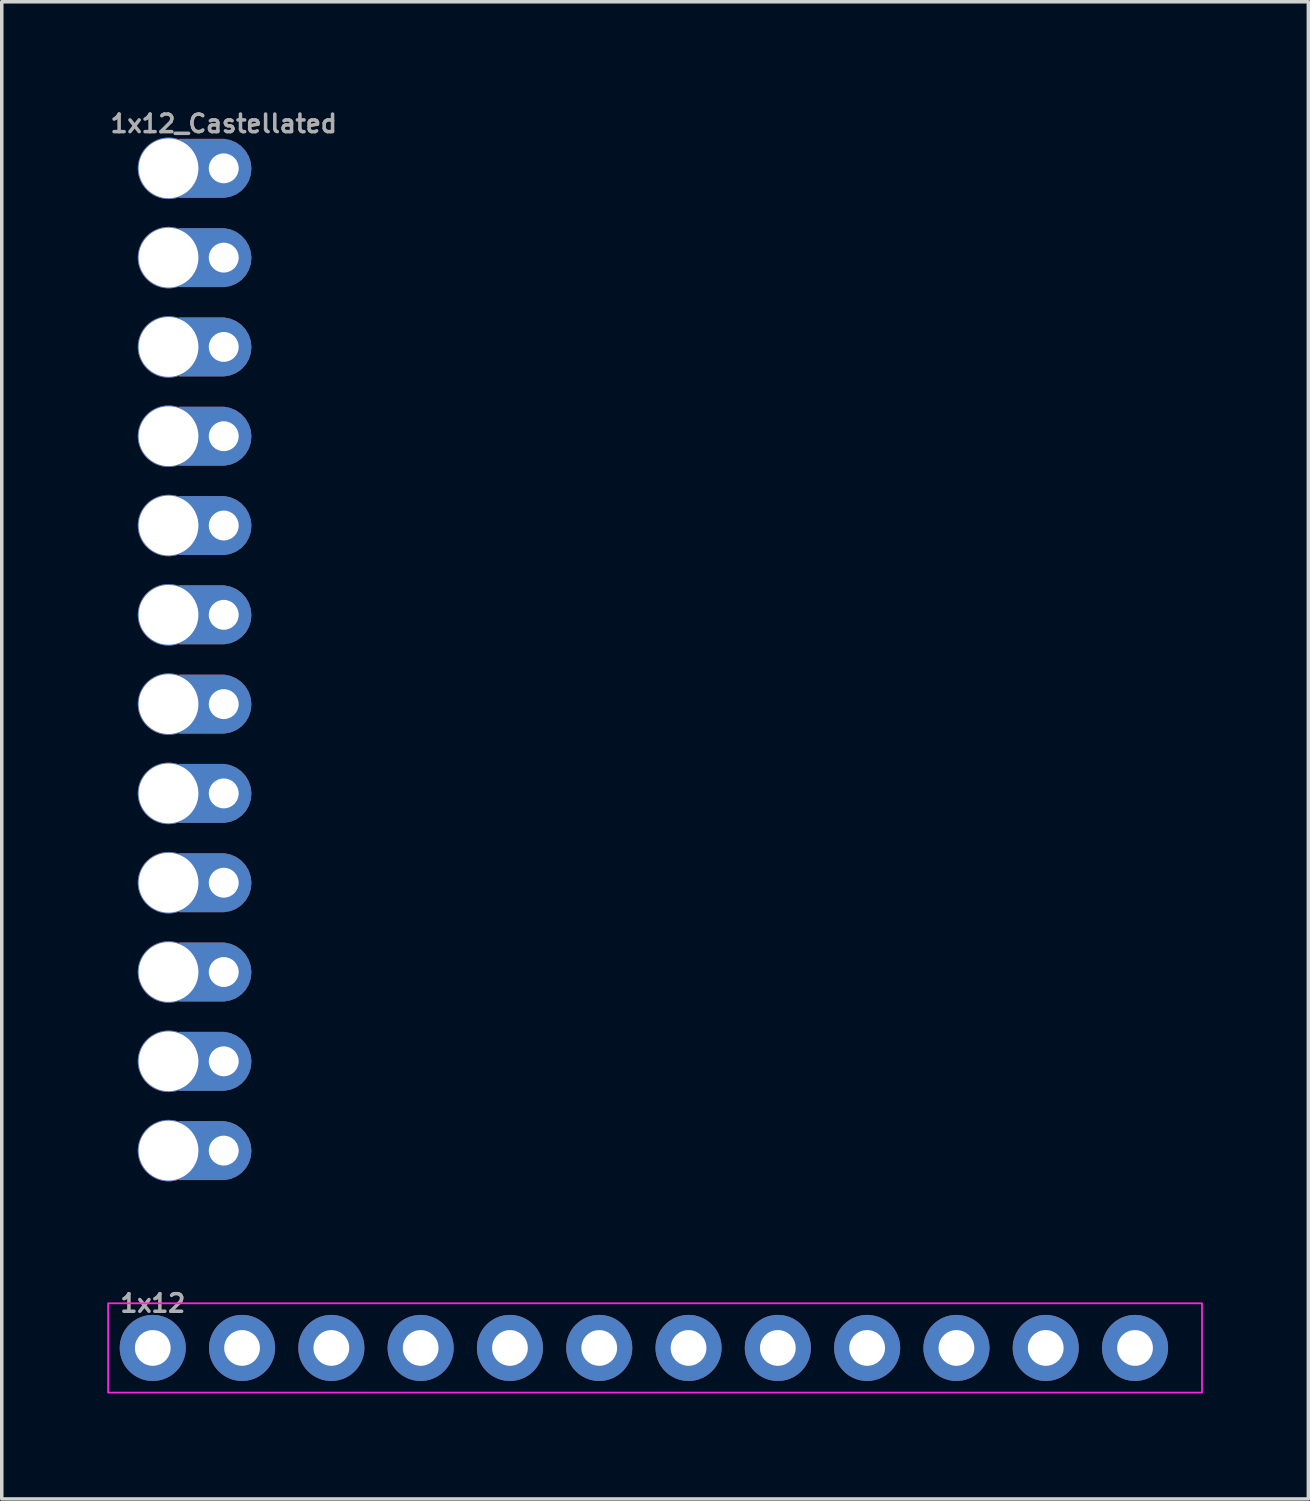
<source format=kicad_pcb>
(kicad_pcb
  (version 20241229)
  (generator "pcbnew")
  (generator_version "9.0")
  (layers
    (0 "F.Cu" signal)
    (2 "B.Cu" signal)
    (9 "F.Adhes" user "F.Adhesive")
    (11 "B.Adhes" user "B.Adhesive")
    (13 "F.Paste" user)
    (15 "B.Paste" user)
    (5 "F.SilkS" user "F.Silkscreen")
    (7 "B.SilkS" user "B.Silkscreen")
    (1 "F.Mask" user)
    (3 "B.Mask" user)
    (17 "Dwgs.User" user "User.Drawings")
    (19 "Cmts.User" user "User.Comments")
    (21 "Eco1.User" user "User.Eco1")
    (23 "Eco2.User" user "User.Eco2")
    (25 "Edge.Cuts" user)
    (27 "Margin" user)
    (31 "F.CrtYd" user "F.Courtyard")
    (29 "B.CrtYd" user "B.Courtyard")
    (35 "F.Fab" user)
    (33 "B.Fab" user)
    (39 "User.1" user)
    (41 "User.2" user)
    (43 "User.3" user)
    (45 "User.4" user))
  (footprint "1x12"
    (layer "F.Cu")
    (at 1.295 35.291)
    (property "Reference" "1x12" (at 0 -1.27 0) (layer "F.Fab") (effects (font (size 0.5 0.5) (thickness 0.1))))
    (fp_rect (start -1.27 -1.27) (end 29.845 1.27) (stroke (width 0.05) (type default)) (fill no) (layer "F.CrtYd"))
    (pad "1" thru_hole circle (at 0 0 90) (size 1.88 1.88) (drill 1.016) (layers "*.Cu" "*.Mask") (remove_unused_layers yes) (keep_end_layers yes) (zone_layer_connections))
    (pad "2" thru_hole circle (at 2.54 0 90) (size 1.88 1.88) (drill 1.016) (layers "*.Cu" "*.Mask") (remove_unused_layers yes) (keep_end_layers yes) (zone_layer_connections))
    (pad "3" thru_hole circle (at 5.08 0 90) (size 1.88 1.88) (drill 1.016) (layers "*.Cu" "*.Mask") (remove_unused_layers yes) (keep_end_layers yes) (zone_layer_connections))
    (pad "4" thru_hole circle (at 7.62 0 90) (size 1.88 1.88) (drill 1.016) (layers "*.Cu" "*.Mask") (remove_unused_layers yes) (keep_end_layers yes) (zone_layer_connections))
    (pad "5" thru_hole circle (at 10.16 0 90) (size 1.88 1.88) (drill 1.016) (layers "*.Cu" "*.Mask") (remove_unused_layers yes) (keep_end_layers yes) (zone_layer_connections))
    (pad "6" thru_hole circle (at 12.7 0 90) (size 1.88 1.88) (drill 1.016) (layers "*.Cu" "*.Mask") (remove_unused_layers yes) (keep_end_layers yes) (zone_layer_connections))
    (pad "7" thru_hole circle (at 15.24 0 90) (size 1.88 1.88) (drill 1.016) (layers "*.Cu" "*.Mask") (remove_unused_layers yes) (keep_end_layers yes) (zone_layer_connections))
    (pad "8" thru_hole circle (at 17.78 0 90) (size 1.88 1.88) (drill 1.016) (layers "*.Cu" "*.Mask") (remove_unused_layers yes) (keep_end_layers yes) (zone_layer_connections))
    (pad "9" thru_hole circle (at 20.32 0 90) (size 1.88 1.88) (drill 1.016) (layers "*.Cu" "*.Mask") (remove_unused_layers yes) (keep_end_layers yes) (zone_layer_connections))
    (pad "10" thru_hole circle (at 22.86 0 90) (size 1.88 1.88) (drill 1.016) (layers "*.Cu" "*.Mask") (remove_unused_layers yes) (keep_end_layers yes) (zone_layer_connections))
    (pad "11" thru_hole circle (at 25.4 0 90) (size 1.88 1.88) (drill 1.016) (layers "*.Cu" "*.Mask") (remove_unused_layers yes) (keep_end_layers yes) (zone_layer_connections))
    (pad "12" thru_hole circle (at 27.94 0 90) (size 1.88 1.88) (drill 1.016) (layers "*.Cu" "*.Mask") (remove_unused_layers yes) (keep_end_layers yes) (zone_layer_connections)))
  (footprint "1x12_Castellated"
    (layer "F.Cu")
    (at 3.314 29.678)
    (property "Reference" "1x12_Castellated" (at 0 -29.21 0) (layer "F.Fab") (effects (font (size 0.5 0.5) (thickness 0.1))))
    (fp_poly (pts (xy 0.254 -27.686) (xy 0.254 -28.194) (xy -0.254 -28.194) (xy -0.254 -27.686)) (stroke (width 0.1) (type default)) (fill no) (layer "F.Fab"))
    (fp_poly (pts (xy 0.254 -25.146) (xy 0.254 -25.654) (xy -0.254 -25.654) (xy -0.254 -25.146)) (stroke (width 0.1) (type default)) (fill no) (layer "F.Fab"))
    (fp_poly (pts (xy 0.254 -22.606) (xy 0.254 -23.114) (xy -0.254 -23.114) (xy -0.254 -22.606)) (stroke (width 0.1) (type default)) (fill no) (layer "F.Fab"))
    (fp_poly (pts (xy 0.254 -20.066) (xy 0.254 -20.574) (xy -0.254 -20.574) (xy -0.254 -20.066)) (stroke (width 0.1) (type default)) (fill no) (layer "F.Fab"))
    (fp_poly (pts (xy 0.254 -17.526) (xy 0.254 -18.034) (xy -0.254 -18.034) (xy -0.254 -17.526)) (stroke (width 0.1) (type default)) (fill no) (layer "F.Fab"))
    (fp_poly (pts (xy 0.254 -14.986) (xy 0.254 -15.494) (xy -0.254 -15.494) (xy -0.254 -14.986)) (stroke (width 0.1) (type default)) (fill no) (layer "F.Fab"))
    (fp_poly (pts (xy 0.254 -12.446) (xy 0.254 -12.954) (xy -0.254 -12.954) (xy -0.254 -12.446)) (stroke (width 0.1) (type default)) (fill no) (layer "F.Fab"))
    (fp_poly (pts (xy 0.254 -9.906) (xy 0.254 -10.414) (xy -0.254 -10.414) (xy -0.254 -9.906)) (stroke (width 0.1) (type default)) (fill no) (layer "F.Fab"))
    (fp_poly (pts (xy 0.254 -7.366) (xy 0.254 -7.874) (xy -0.254 -7.874) (xy -0.254 -7.366)) (stroke (width 0.1) (type default)) (fill no) (layer "F.Fab"))
    (fp_poly (pts (xy 0.254 -4.826) (xy 0.254 -5.334) (xy -0.254 -5.334) (xy -0.254 -4.826)) (stroke (width 0.1) (type default)) (fill no) (layer "F.Fab"))
    (fp_poly (pts (xy 0.254 -2.286) (xy 0.254 -2.794) (xy -0.254 -2.794) (xy -0.254 -2.286)) (stroke (width 0.1) (type default)) (fill no) (layer "F.Fab"))
    (fp_poly (pts (xy 0.254 0.254) (xy 0.254 -0.254) (xy -0.254 -0.254) (xy -0.254 0.254)) (stroke (width 0.1) (type default)) (fill no) (layer "F.Fab"))
    (pad "1" thru_hole custom (at 0 0 180) (size 1.016 1.016) (drill 0.85) (layers "*.Cu" "*.Mask") (remove_unused_layers yes) (keep_end_layers yes) (zone_layer_connections) (options (anchor circle)) (primitives (gr_poly (pts (xy -0.189 0.803) (xy -0.352 0.733) (xy -0.498 0.63) (xy -0.619 0.499) (xy -0.71 0.346) (xy -0.767 0.177) (xy -0.787 0.001) (xy -0.787 -0.001) (xy -0.771 -0.179) (xy -0.716 -0.349) (xy -0.625 -0.505) (xy -0.504 -0.636) (xy -0.356 -0.739) (xy -0.19 -0.807) (xy -0.014 -0.838) (xy 1.27 -0.838) (xy 1.27 0.838) (xy -0.014 0.838)) (width 0) (fill yes))))
    (pad "1B" thru_hole circle (at -1.57 0) (size 1.75 1.75) (drill 1.7) (layers "*.Cu" "*.Mask") (remove_unused_layers yes) (keep_end_layers yes) (zone_layer_connections))
    (pad "2" thru_hole custom (at 0 -2.54 180) (size 1.016 1.016) (drill 0.85) (layers "*.Cu" "*.Mask") (remove_unused_layers yes) (keep_end_layers yes) (zone_layer_connections) (options (anchor circle)) (primitives (gr_poly (pts (xy -0.189 0.803) (xy -0.352 0.733) (xy -0.498 0.63) (xy -0.619 0.499) (xy -0.71 0.346) (xy -0.767 0.177) (xy -0.787 0.001) (xy -0.787 -0.001) (xy -0.771 -0.179) (xy -0.716 -0.349) (xy -0.625 -0.505) (xy -0.504 -0.636) (xy -0.356 -0.739) (xy -0.19 -0.807) (xy -0.014 -0.838) (xy 1.27 -0.838) (xy 1.27 0.838) (xy -0.014 0.838)) (width 0) (fill yes))))
    (pad "2B" thru_hole circle (at -1.57 -2.54) (size 1.75 1.75) (drill 1.7) (layers "*.Cu" "*.Mask") (remove_unused_layers yes) (keep_end_layers yes) (zone_layer_connections))
    (pad "3" thru_hole custom (at 0 -5.08 180) (size 1.016 1.016) (drill 0.85) (layers "*.Cu" "*.Mask") (remove_unused_layers yes) (keep_end_layers yes) (zone_layer_connections) (options (anchor circle)) (primitives (gr_poly (pts (xy -0.189 0.803) (xy -0.352 0.733) (xy -0.498 0.63) (xy -0.619 0.499) (xy -0.71 0.346) (xy -0.767 0.177) (xy -0.787 0.001) (xy -0.787 -0.001) (xy -0.771 -0.179) (xy -0.716 -0.349) (xy -0.625 -0.505) (xy -0.504 -0.636) (xy -0.356 -0.739) (xy -0.19 -0.807) (xy -0.014 -0.838) (xy 1.27 -0.838) (xy 1.27 0.838) (xy -0.014 0.838)) (width 0) (fill yes))))
    (pad "3B" thru_hole circle (at -1.57 -5.08) (size 1.75 1.75) (drill 1.7) (layers "*.Cu" "*.Mask") (remove_unused_layers yes) (keep_end_layers yes) (zone_layer_connections))
    (pad "4" thru_hole custom (at 0 -7.62 180) (size 1.016 1.016) (drill 0.85) (layers "*.Cu" "*.Mask") (remove_unused_layers yes) (keep_end_layers yes) (zone_layer_connections) (options (anchor circle)) (primitives (gr_poly (pts (xy -0.189 0.803) (xy -0.352 0.733) (xy -0.498 0.63) (xy -0.619 0.499) (xy -0.71 0.346) (xy -0.767 0.177) (xy -0.787 0.001) (xy -0.787 -0.001) (xy -0.771 -0.179) (xy -0.716 -0.349) (xy -0.625 -0.505) (xy -0.504 -0.636) (xy -0.356 -0.739) (xy -0.19 -0.807) (xy -0.014 -0.838) (xy 1.27 -0.838) (xy 1.27 0.838) (xy -0.014 0.838)) (width 0) (fill yes))))
    (pad "4B" thru_hole circle (at -1.57 -7.62) (size 1.75 1.75) (drill 1.7) (layers "*.Cu" "*.Mask") (remove_unused_layers yes) (keep_end_layers yes) (zone_layer_connections))
    (pad "5" thru_hole custom (at 0 -10.16 180) (size 1.016 1.016) (drill 0.85) (layers "*.Cu" "*.Mask") (remove_unused_layers yes) (keep_end_layers yes) (zone_layer_connections) (options (anchor circle)) (primitives (gr_poly (pts (xy -0.189 0.803) (xy -0.352 0.733) (xy -0.498 0.63) (xy -0.619 0.499) (xy -0.71 0.346) (xy -0.767 0.177) (xy -0.787 0.001) (xy -0.787 -0.001) (xy -0.771 -0.179) (xy -0.716 -0.349) (xy -0.625 -0.505) (xy -0.504 -0.636) (xy -0.356 -0.739) (xy -0.19 -0.807) (xy -0.014 -0.838) (xy 1.27 -0.838) (xy 1.27 0.838) (xy -0.014 0.838)) (width 0) (fill yes))))
    (pad "5B" thru_hole circle (at -1.57 -10.16) (size 1.75 1.75) (drill 1.7) (layers "*.Cu" "*.Mask") (remove_unused_layers yes) (keep_end_layers yes) (zone_layer_connections))
    (pad "6" thru_hole custom (at 0 -12.7 180) (size 1.016 1.016) (drill 0.85) (layers "*.Cu" "*.Mask") (remove_unused_layers yes) (keep_end_layers yes) (zone_layer_connections) (options (anchor circle)) (primitives (gr_poly (pts (xy -0.189 0.803) (xy -0.352 0.733) (xy -0.498 0.63) (xy -0.619 0.499) (xy -0.71 0.346) (xy -0.767 0.177) (xy -0.787 0.001) (xy -0.787 -0.001) (xy -0.771 -0.179) (xy -0.716 -0.349) (xy -0.625 -0.505) (xy -0.504 -0.636) (xy -0.356 -0.739) (xy -0.19 -0.807) (xy -0.014 -0.838) (xy 1.27 -0.838) (xy 1.27 0.838) (xy -0.014 0.838)) (width 0) (fill yes))))
    (pad "6B" thru_hole circle (at -1.57 -12.7) (size 1.75 1.75) (drill 1.7) (layers "*.Cu" "*.Mask") (remove_unused_layers yes) (keep_end_layers yes) (zone_layer_connections))
    (pad "7" thru_hole custom (at 0 -15.24 180) (size 1.016 1.016) (drill 0.85) (layers "*.Cu" "*.Mask") (remove_unused_layers yes) (keep_end_layers yes) (zone_layer_connections) (options (anchor circle)) (primitives (gr_poly (pts (xy -0.189 0.803) (xy -0.352 0.733) (xy -0.498 0.63) (xy -0.619 0.499) (xy -0.71 0.346) (xy -0.767 0.177) (xy -0.787 0.001) (xy -0.787 -0.001) (xy -0.771 -0.179) (xy -0.716 -0.349) (xy -0.625 -0.505) (xy -0.504 -0.636) (xy -0.356 -0.739) (xy -0.19 -0.807) (xy -0.014 -0.838) (xy 1.27 -0.838) (xy 1.27 0.838) (xy -0.014 0.838)) (width 0) (fill yes))))
    (pad "7B" thru_hole circle (at -1.57 -15.24) (size 1.75 1.75) (drill 1.7) (layers "*.Cu" "*.Mask") (remove_unused_layers yes) (keep_end_layers yes) (zone_layer_connections))
    (pad "8" thru_hole custom (at 0 -17.78 180) (size 1.016 1.016) (drill 0.85) (layers "*.Cu" "*.Mask") (remove_unused_layers yes) (keep_end_layers yes) (zone_layer_connections) (options (anchor circle)) (primitives (gr_poly (pts (xy -0.189 0.803) (xy -0.352 0.733) (xy -0.498 0.63) (xy -0.619 0.499) (xy -0.71 0.346) (xy -0.767 0.177) (xy -0.787 0.001) (xy -0.787 -0.001) (xy -0.771 -0.179) (xy -0.716 -0.349) (xy -0.625 -0.505) (xy -0.504 -0.636) (xy -0.356 -0.739) (xy -0.19 -0.807) (xy -0.014 -0.838) (xy 1.27 -0.838) (xy 1.27 0.838) (xy -0.014 0.838)) (width 0) (fill yes))))
    (pad "8B" thru_hole circle (at -1.57 -17.78) (size 1.75 1.75) (drill 1.7) (layers "*.Cu" "*.Mask") (remove_unused_layers yes) (keep_end_layers yes) (zone_layer_connections))
    (pad "9" thru_hole custom (at 0 -20.32 180) (size 1.016 1.016) (drill 0.85) (layers "*.Cu" "*.Mask") (remove_unused_layers yes) (keep_end_layers yes) (zone_layer_connections) (options (anchor circle)) (primitives (gr_poly (pts (xy -0.189 0.803) (xy -0.352 0.733) (xy -0.498 0.63) (xy -0.619 0.499) (xy -0.71 0.346) (xy -0.767 0.177) (xy -0.787 0.001) (xy -0.787 -0.001) (xy -0.771 -0.179) (xy -0.716 -0.349) (xy -0.625 -0.505) (xy -0.504 -0.636) (xy -0.356 -0.739) (xy -0.19 -0.807) (xy -0.014 -0.838) (xy 1.27 -0.838) (xy 1.27 0.838) (xy -0.014 0.838)) (width 0) (fill yes))))
    (pad "9B" thru_hole circle (at -1.57 -20.32) (size 1.75 1.75) (drill 1.7) (layers "*.Cu" "*.Mask") (remove_unused_layers yes) (keep_end_layers yes) (zone_layer_connections))
    (pad "10" thru_hole custom (at 0 -22.86 180) (size 1.016 1.016) (drill 0.85) (layers "*.Cu" "*.Mask") (remove_unused_layers yes) (keep_end_layers yes) (zone_layer_connections) (options (anchor circle)) (primitives (gr_poly (pts (xy -0.189 0.803) (xy -0.352 0.733) (xy -0.498 0.63) (xy -0.619 0.499) (xy -0.71 0.346) (xy -0.767 0.177) (xy -0.787 0.001) (xy -0.787 -0.001) (xy -0.771 -0.179) (xy -0.716 -0.349) (xy -0.625 -0.505) (xy -0.504 -0.636) (xy -0.356 -0.739) (xy -0.19 -0.807) (xy -0.014 -0.838) (xy 1.27 -0.838) (xy 1.27 0.838) (xy -0.014 0.838)) (width 0) (fill yes))))
    (pad "10B" thru_hole circle (at -1.57 -22.86) (size 1.75 1.75) (drill 1.7) (layers "*.Cu" "*.Mask") (remove_unused_layers yes) (keep_end_layers yes) (zone_layer_connections))
    (pad "11" thru_hole custom (at 0 -25.4 180) (size 1.016 1.016) (drill 0.85) (layers "*.Cu" "*.Mask") (remove_unused_layers yes) (keep_end_layers yes) (zone_layer_connections) (options (anchor circle)) (primitives (gr_poly (pts (xy -0.189 0.803) (xy -0.352 0.733) (xy -0.498 0.63) (xy -0.619 0.499) (xy -0.71 0.346) (xy -0.767 0.177) (xy -0.787 0.001) (xy -0.787 -0.001) (xy -0.771 -0.179) (xy -0.716 -0.349) (xy -0.625 -0.505) (xy -0.504 -0.636) (xy -0.356 -0.739) (xy -0.19 -0.807) (xy -0.014 -0.838) (xy 1.27 -0.838) (xy 1.27 0.838) (xy -0.014 0.838)) (width 0) (fill yes))))
    (pad "11B" thru_hole circle (at -1.57 -25.4) (size 1.75 1.75) (drill 1.7) (layers "*.Cu" "*.Mask") (remove_unused_layers yes) (keep_end_layers yes) (zone_layer_connections))
    (pad "12" thru_hole custom (at 0 -27.94 180) (size 1.016 1.016) (drill 0.85) (layers "*.Cu" "*.Mask") (remove_unused_layers yes) (keep_end_layers yes) (zone_layer_connections) (options (anchor circle)) (primitives (gr_poly (pts (xy -0.189 0.803) (xy -0.352 0.733) (xy -0.498 0.63) (xy -0.619 0.499) (xy -0.71 0.346) (xy -0.767 0.177) (xy -0.787 0.001) (xy -0.787 -0.001) (xy -0.771 -0.179) (xy -0.716 -0.349) (xy -0.625 -0.505) (xy -0.504 -0.636) (xy -0.356 -0.739) (xy -0.19 -0.807) (xy -0.014 -0.838) (xy 1.27 -0.838) (xy 1.27 0.838) (xy -0.014 0.838)) (width 0) (fill yes))))
    (pad "12B" thru_hole circle (at -1.57 -27.94) (size 1.75 1.75) (drill 1.7) (layers "*.Cu" "*.Mask") (remove_unused_layers yes) (keep_end_layers yes) (zone_layer_connections)))
  (gr_rect
    (start -3 -3)
    (end 34.165 39.586)
    (stroke (width 0.1) (type default))
    (fill no)
    (layer "Edge.Cuts")))
</source>
